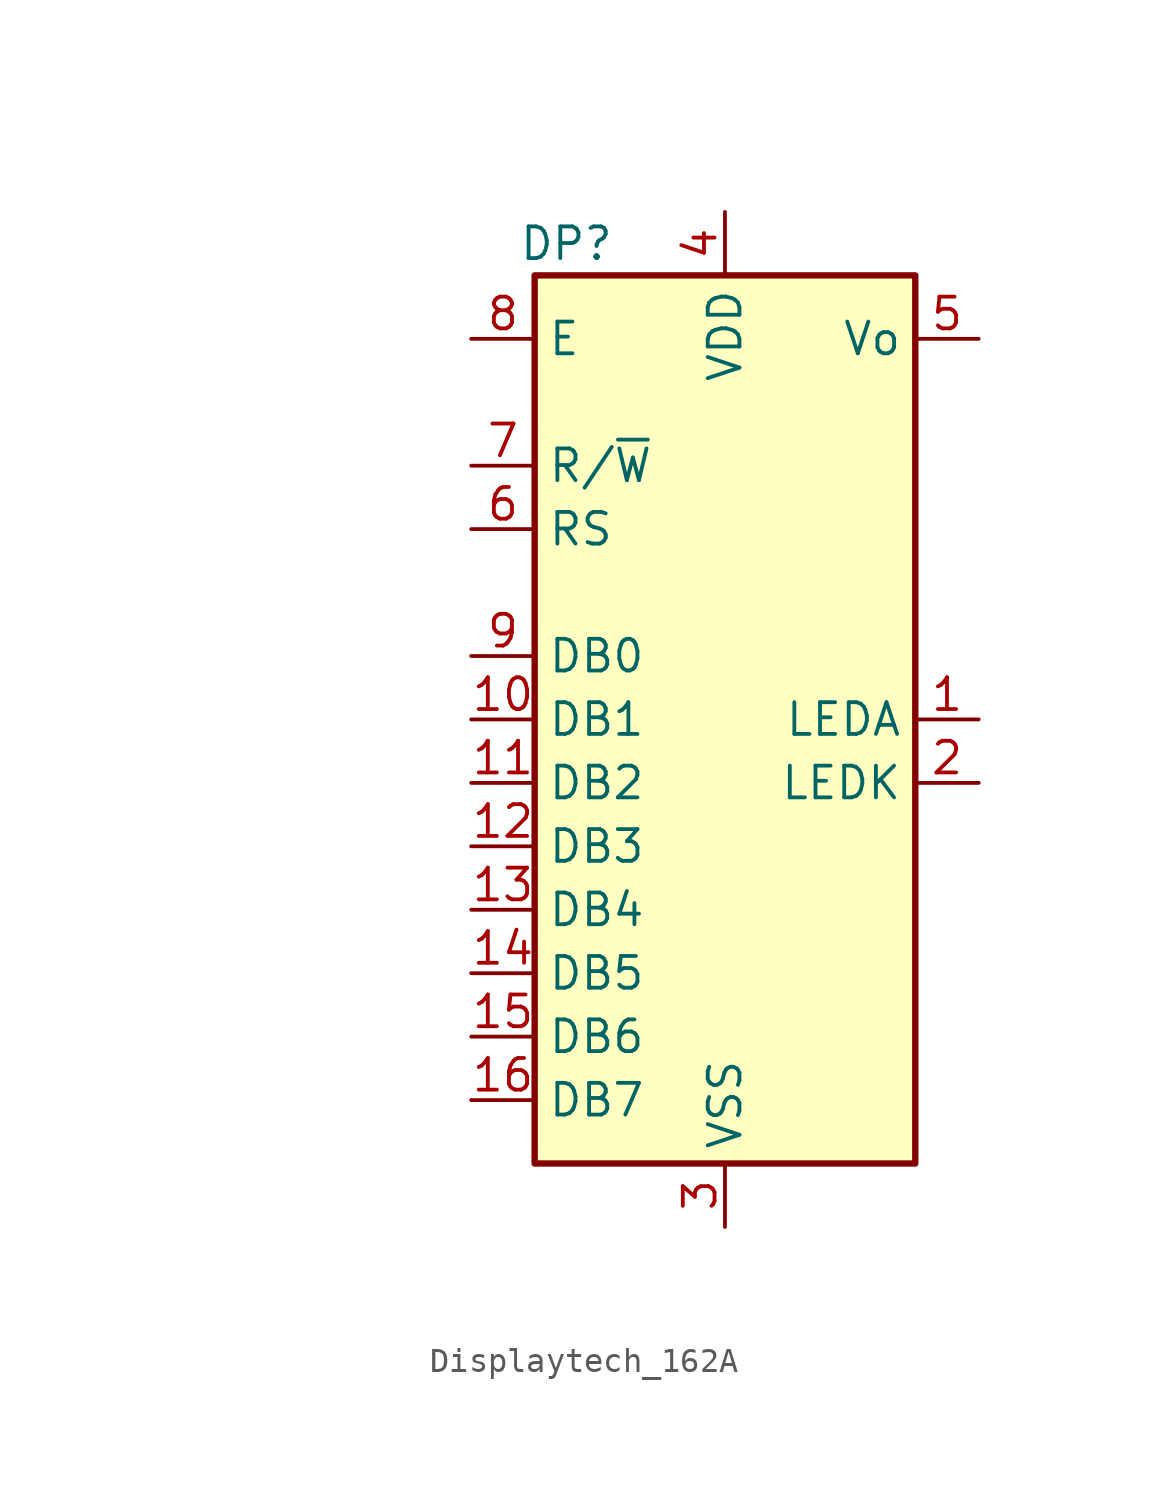
<source format=kicad_sym>
(kicad_symbol_lib
  (version 20220914)
  (generator kicad_symbol_editor)
  (symbol "Displaytech_162A"
    (property "Reference" "DP"
      (at -6.35 19.05 0)
      (effects (font (size 1.27 1.27))))
    (property "Value" ""
      (at -21.59 -8.89 0)
      (effects (font (size 1.27 1.27))))
    (symbol "Displaytech_162A_0_1"
      (rectangle (start -7.62 17.78) (end 7.62 -17.78) (stroke (width 0.254) (type default)) (fill (type background))))
    (symbol "Displaytech_162A_1_1"
      (pin passive line (at 10.16 0 180) (length 2.54) (name "LEDA" (effects (font (size 1.27 1.27)))) (number "1" (effects (font (size 1.27 1.27)))))
      (pin bidirectional line (at -10.16 0 0) (length 2.54) (name "DB1" (effects (font (size 1.27 1.27)))) (number "10" (effects (font (size 1.27 1.27)))))
      (pin bidirectional line (at -10.16 -2.54 0) (length 2.54) (name "DB2" (effects (font (size 1.27 1.27)))) (number "11" (effects (font (size 1.27 1.27)))))
      (pin bidirectional line (at -10.16 -5.08 0) (length 2.54) (name "DB3" (effects (font (size 1.27 1.27)))) (number "12" (effects (font (size 1.27 1.27)))))
      (pin bidirectional line (at -10.16 -7.62 0) (length 2.54) (name "DB4" (effects (font (size 1.27 1.27)))) (number "13" (effects (font (size 1.27 1.27)))))
      (pin bidirectional line (at -10.16 -10.16 0) (length 2.54) (name "DB5" (effects (font (size 1.27 1.27)))) (number "14" (effects (font (size 1.27 1.27)))))
      (pin bidirectional line (at -10.16 -12.7 0) (length 2.54) (name "DB6" (effects (font (size 1.27 1.27)))) (number "15" (effects (font (size 1.27 1.27)))))
      (pin bidirectional line (at -10.16 -15.24 0) (length 2.54) (name "DB7" (effects (font (size 1.27 1.27)))) (number "16" (effects (font (size 1.27 1.27)))))
      (pin passive line (at 10.16 -2.54 180) (length 2.54) (name "LEDK" (effects (font (size 1.27 1.27)))) (number "2" (effects (font (size 1.27 1.27)))))
      (pin power_in line (at 0 -20.32 90) (length 2.54) (name "VSS" (effects (font (size 1.27 1.27)))) (number "3" (effects (font (size 1.27 1.27)))))
      (pin power_in line (at 0 20.32 270) (length 2.54) (name "VDD" (effects (font (size 1.27 1.27)))) (number "4" (effects (font (size 1.27 1.27)))))
      (pin input line (at 10.16 15.24 180) (length 2.54) (name "Vo" (effects (font (size 1.27 1.27)))) (number "5" (effects (font (size 1.27 1.27)))))
      (pin input line (at -10.16 7.62 0) (length 2.54) (name "RS" (effects (font (size 1.27 1.27)))) (number "6" (effects (font (size 1.27 1.27)))))
      (pin input line (at -10.16 10.16 0) (length 2.54) (name "R/~{W}" (effects (font (size 1.27 1.27)))) (number "7" (effects (font (size 1.27 1.27)))))
      (pin input line (at -10.16 15.24 0) (length 2.54) (name "E" (effects (font (size 1.27 1.27)))) (number "8" (effects (font (size 1.27 1.27)))))
      (pin bidirectional line (at -10.16 2.54 0) (length 2.54) (name "DB0" (effects (font (size 1.27 1.27)))) (number "9" (effects (font (size 1.27 1.27))))))))
</source>
